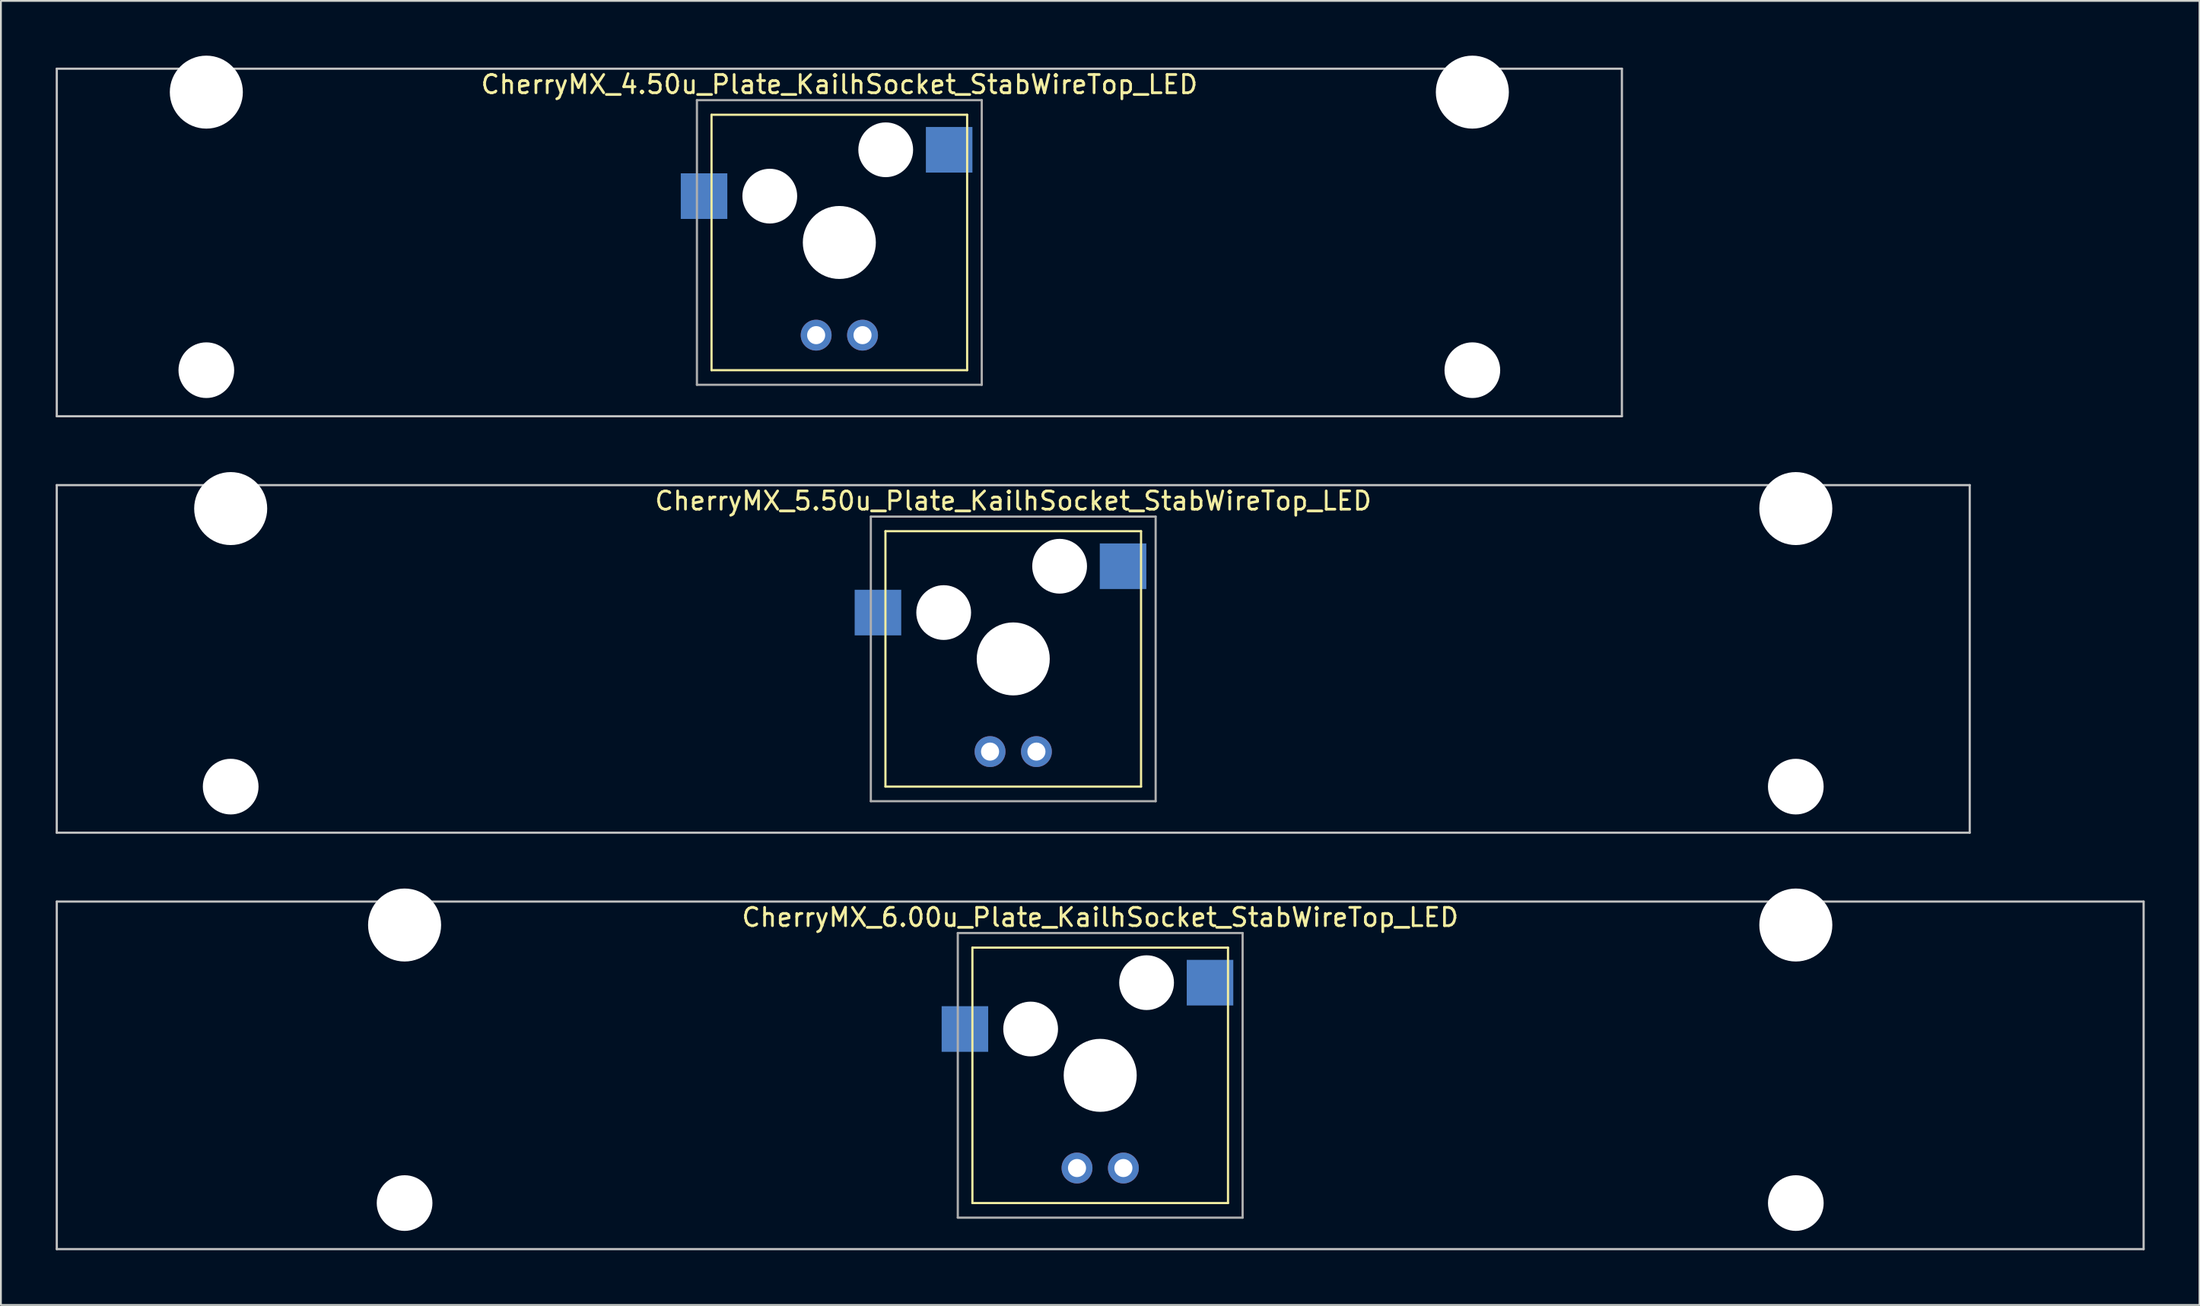
<source format=kicad_pcb>
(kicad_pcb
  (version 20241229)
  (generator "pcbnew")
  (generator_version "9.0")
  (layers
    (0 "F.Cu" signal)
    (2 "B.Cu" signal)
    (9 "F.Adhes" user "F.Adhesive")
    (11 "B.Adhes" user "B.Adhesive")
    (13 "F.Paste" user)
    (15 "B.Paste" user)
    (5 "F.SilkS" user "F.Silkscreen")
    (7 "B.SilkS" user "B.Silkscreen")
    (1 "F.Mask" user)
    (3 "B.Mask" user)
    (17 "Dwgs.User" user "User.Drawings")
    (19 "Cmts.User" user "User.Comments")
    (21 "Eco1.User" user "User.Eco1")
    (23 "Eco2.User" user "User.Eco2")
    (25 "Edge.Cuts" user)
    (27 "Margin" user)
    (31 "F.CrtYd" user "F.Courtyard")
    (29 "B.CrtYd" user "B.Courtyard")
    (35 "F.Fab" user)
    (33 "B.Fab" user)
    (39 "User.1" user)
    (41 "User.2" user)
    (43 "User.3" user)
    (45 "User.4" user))
  (footprint "CherryMX_5.50u_Plate_KailhSocket_StabWireTop_LED"
    (layer "F.Cu")
    (at 52.447 33.065)
    (property "Reference" "CherryMX_5.50u_Plate_KailhSocket_StabWireTop_LED" (at 0 -8.662 0) (layer "F.SilkS") (effects (font (size 1 1) (thickness 0.15))))
    (attr through_hole)
    (fp_line (start -7 -7) (end -7 7) (stroke (width 0.12) (type solid)) (layer "F.SilkS"))
    (fp_line (start -7 -7) (end 7 -7) (stroke (width 0.12) (type solid)) (layer "F.SilkS"))
    (fp_line (start 7 -7) (end 7 7) (stroke (width 0.12) (type solid)) (layer "F.SilkS"))
    (fp_line (start 7 7) (end -7 7) (stroke (width 0.12) (type solid)) (layer "F.SilkS"))
    (fp_line (start -52.388 -9.525) (end 52.388 -9.525) (stroke (width 0.12) (type solid)) (layer "Dwgs.User"))
    (fp_line (start -52.388 9.525) (end -52.388 -9.525) (stroke (width 0.12) (type solid)) (layer "Dwgs.User"))
    (fp_line (start 52.388 -9.525) (end 52.388 9.525) (stroke (width 0.12) (type solid)) (layer "Dwgs.User"))
    (fp_line (start 52.388 9.525) (end -52.388 9.525) (stroke (width 0.12) (type solid)) (layer "Dwgs.User"))
    (fp_line (start -7.8 -7.8) (end -7.8 7.8) (stroke (width 0.12) (type solid)) (layer "F.Fab"))
    (fp_line (start -7.8 -7.8) (end 7.8 -7.8) (stroke (width 0.12) (type solid)) (layer "F.Fab"))
    (fp_line (start -7.8 7.8) (end 7.8 7.8) (stroke (width 0.12) (type solid)) (layer "F.Fab"))
    (fp_line (start 7.8 -7.8) (end 7.8 7.8) (stroke (width 0.12) (type solid)) (layer "F.Fab"))
    (pad "" np_thru_hole circle (at -42.862 -8.24) (size 4 4) (drill 4) (layers "*.Cu" "*.Mask"))
    (pad "" np_thru_hole circle (at -42.862 7) (size 3.05 3.05) (drill 3.05) (layers "*.Cu" "*.Mask"))
    (pad "" np_thru_hole circle (at -3.81 -2.54) (size 3 3) (drill 3) (layers "*.Cu" "*.Mask"))
    (pad "" np_thru_hole circle (at 0 0) (size 4 4) (drill 4) (layers "*.Cu" "*.Mask"))
    (pad "" np_thru_hole circle (at 2.54 -5.08) (size 3 3) (drill 3) (layers "*.Cu" "*.Mask"))
    (pad "" np_thru_hole circle (at 42.862 -8.24) (size 4 4) (drill 4) (layers "*.Cu" "*.Mask"))
    (pad "" np_thru_hole circle (at 42.862 7) (size 3.05 3.05) (drill 3.05) (layers "*.Cu" "*.Mask"))
    (pad "1" smd rect (at -7.41 -2.54) (size 2.55 2.5) (layers "B.Cu" "B.Mask" "B.Paste"))
    (pad "2" smd rect (at 6.015 -5.08) (size 2.55 2.5) (layers "B.Cu" "B.Mask" "B.Paste"))
    (pad "3" thru_hole circle (at -1.27 5.08) (size 1.691 1.691) (drill 0.991) (layers "*.Cu" "*.Mask"))
    (pad "4" thru_hole circle (at 1.27 5.08) (size 1.691 1.691) (drill 0.991) (layers "*.Cu" "*.Mask")))
  (footprint "CherryMX_4.50u_Plate_KailhSocket_StabWireTop_LED"
    (layer "F.Cu")
    (at 42.922 10.24)
    (property "Reference" "CherryMX_4.50u_Plate_KailhSocket_StabWireTop_LED" (at 0 -8.662 0) (layer "F.SilkS") (effects (font (size 1 1) (thickness 0.15))))
    (attr through_hole)
    (fp_line (start -7 -7) (end -7 7) (stroke (width 0.12) (type solid)) (layer "F.SilkS"))
    (fp_line (start -7 -7) (end 7 -7) (stroke (width 0.12) (type solid)) (layer "F.SilkS"))
    (fp_line (start 7 -7) (end 7 7) (stroke (width 0.12) (type solid)) (layer "F.SilkS"))
    (fp_line (start 7 7) (end -7 7) (stroke (width 0.12) (type solid)) (layer "F.SilkS"))
    (fp_line (start -42.862 -9.525) (end 42.862 -9.525) (stroke (width 0.12) (type solid)) (layer "Dwgs.User"))
    (fp_line (start -42.862 9.525) (end -42.862 -9.525) (stroke (width 0.12) (type solid)) (layer "Dwgs.User"))
    (fp_line (start 42.862 -9.525) (end 42.862 9.525) (stroke (width 0.12) (type solid)) (layer "Dwgs.User"))
    (fp_line (start 42.862 9.525) (end -42.862 9.525) (stroke (width 0.12) (type solid)) (layer "Dwgs.User"))
    (fp_line (start -7.8 -7.8) (end -7.8 7.8) (stroke (width 0.12) (type solid)) (layer "F.Fab"))
    (fp_line (start -7.8 -7.8) (end 7.8 -7.8) (stroke (width 0.12) (type solid)) (layer "F.Fab"))
    (fp_line (start -7.8 7.8) (end 7.8 7.8) (stroke (width 0.12) (type solid)) (layer "F.Fab"))
    (fp_line (start 7.8 -7.8) (end 7.8 7.8) (stroke (width 0.12) (type solid)) (layer "F.Fab"))
    (pad "" np_thru_hole circle (at -34.671 -8.24) (size 4 4) (drill 4) (layers "*.Cu" "*.Mask"))
    (pad "" np_thru_hole circle (at -34.671 7) (size 3.05 3.05) (drill 3.05) (layers "*.Cu" "*.Mask"))
    (pad "" np_thru_hole circle (at -3.81 -2.54) (size 3 3) (drill 3) (layers "*.Cu" "*.Mask"))
    (pad "" np_thru_hole circle (at 0 0) (size 4 4) (drill 4) (layers "*.Cu" "*.Mask"))
    (pad "" np_thru_hole circle (at 2.54 -5.08) (size 3 3) (drill 3) (layers "*.Cu" "*.Mask"))
    (pad "" np_thru_hole circle (at 34.671 -8.24) (size 4 4) (drill 4) (layers "*.Cu" "*.Mask"))
    (pad "" np_thru_hole circle (at 34.671 7) (size 3.05 3.05) (drill 3.05) (layers "*.Cu" "*.Mask"))
    (pad "1" smd rect (at -7.41 -2.54) (size 2.55 2.5) (layers "B.Cu" "B.Mask" "B.Paste"))
    (pad "2" smd rect (at 6.015 -5.08) (size 2.55 2.5) (layers "B.Cu" "B.Mask" "B.Paste"))
    (pad "3" thru_hole circle (at -1.27 5.08) (size 1.691 1.691) (drill 0.991) (layers "*.Cu" "*.Mask"))
    (pad "4" thru_hole circle (at 1.27 5.08) (size 1.691 1.691) (drill 0.991) (layers "*.Cu" "*.Mask")))
  (footprint "CherryMX_6.00u_Plate_KailhSocket_StabWireTop_LED"
    (layer "F.Cu")
    (at 57.21 55.89)
    (property "Reference" "CherryMX_6.00u_Plate_KailhSocket_StabWireTop_LED" (at 0 -8.662 0) (layer "F.SilkS") (effects (font (size 1 1) (thickness 0.15))))
    (attr through_hole)
    (fp_line (start -7 -7) (end -7 7) (stroke (width 0.12) (type solid)) (layer "F.SilkS"))
    (fp_line (start -7 -7) (end 7 -7) (stroke (width 0.12) (type solid)) (layer "F.SilkS"))
    (fp_line (start 7 -7) (end 7 7) (stroke (width 0.12) (type solid)) (layer "F.SilkS"))
    (fp_line (start 7 7) (end -7 7) (stroke (width 0.12) (type solid)) (layer "F.SilkS"))
    (fp_line (start -57.15 -9.525) (end 57.15 -9.525) (stroke (width 0.12) (type solid)) (layer "Dwgs.User"))
    (fp_line (start -57.15 9.525) (end -57.15 -9.525) (stroke (width 0.12) (type solid)) (layer "Dwgs.User"))
    (fp_line (start 57.15 -9.525) (end 57.15 9.525) (stroke (width 0.12) (type solid)) (layer "Dwgs.User"))
    (fp_line (start 57.15 9.525) (end -57.15 9.525) (stroke (width 0.12) (type solid)) (layer "Dwgs.User"))
    (fp_line (start -7.8 -7.8) (end -7.8 7.8) (stroke (width 0.12) (type solid)) (layer "F.Fab"))
    (fp_line (start -7.8 -7.8) (end 7.8 -7.8) (stroke (width 0.12) (type solid)) (layer "F.Fab"))
    (fp_line (start -7.8 7.8) (end 7.8 7.8) (stroke (width 0.12) (type solid)) (layer "F.Fab"))
    (fp_line (start 7.8 -7.8) (end 7.8 7.8) (stroke (width 0.12) (type solid)) (layer "F.Fab"))
    (pad "" np_thru_hole circle (at -38.1 -8.24) (size 4 4) (drill 4) (layers "*.Cu" "*.Mask"))
    (pad "" np_thru_hole circle (at -38.1 7) (size 3.05 3.05) (drill 3.05) (layers "*.Cu" "*.Mask"))
    (pad "" np_thru_hole circle (at -3.81 -2.54) (size 3 3) (drill 3) (layers "*.Cu" "*.Mask"))
    (pad "" np_thru_hole circle (at 0 0) (size 4 4) (drill 4) (layers "*.Cu" "*.Mask"))
    (pad "" np_thru_hole circle (at 2.54 -5.08) (size 3 3) (drill 3) (layers "*.Cu" "*.Mask"))
    (pad "" np_thru_hole circle (at 38.1 -8.24) (size 4 4) (drill 4) (layers "*.Cu" "*.Mask"))
    (pad "" np_thru_hole circle (at 38.1 7) (size 3.05 3.05) (drill 3.05) (layers "*.Cu" "*.Mask"))
    (pad "1" smd rect (at -7.41 -2.54) (size 2.55 2.5) (layers "B.Cu" "B.Mask" "B.Paste"))
    (pad "2" smd rect (at 6.015 -5.08) (size 2.55 2.5) (layers "B.Cu" "B.Mask" "B.Paste"))
    (pad "3" thru_hole circle (at -1.27 5.08) (size 1.691 1.691) (drill 0.991) (layers "*.Cu" "*.Mask"))
    (pad "4" thru_hole circle (at 1.27 5.08) (size 1.691 1.691) (drill 0.991) (layers "*.Cu" "*.Mask")))
  (gr_rect
    (start -3 -3)
    (end 117.42 68.475)
    (stroke (width 0.1) (type default))
    (fill no)
    (layer "Edge.Cuts")))
</source>
